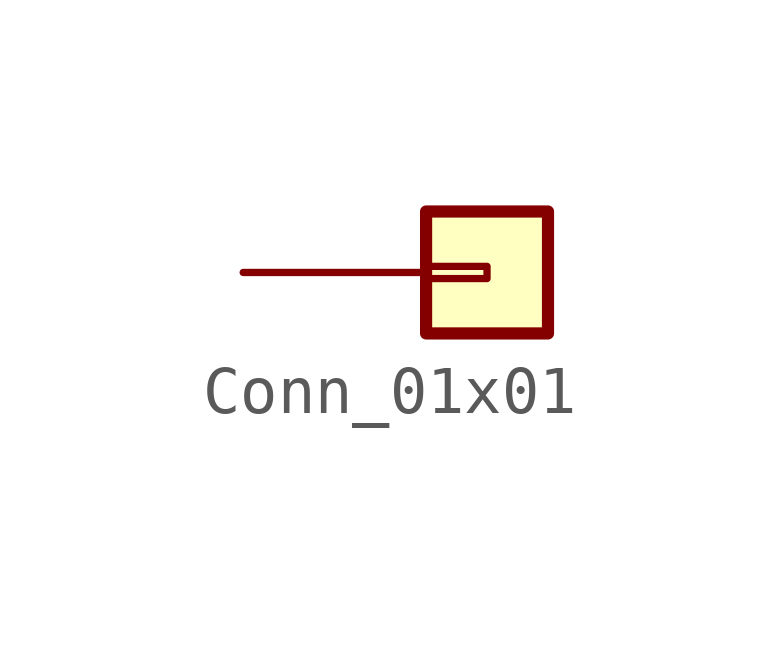
<source format=kicad_sym>
(kicad_symbol_lib
  (version 20211014)
  (generator kicad_symbol_editor)
  (symbol "Conn_01x01"
    (pin_numbers hide)
    (pin_names
      (offset 1.016) hide)
    (property "Reference" "J"
      (at 0 2.54 0)
      (effects (font (size 1.27 1.27)) hide))
    (symbol "Conn_01x01_1_1"
      (rectangle (start -1.27 0.127) (end 0 -0.127) (stroke (width 0.152) (type default) (color 0 0 0 0)) (fill (type none)))
      (rectangle (start -1.27 1.27) (end 1.27 -1.27) (stroke (width 0.254) (type default) (color 0 0 0 0)) (fill (type background)))
      (pin passive line (at -5.08 0 0) (length 3.81) (name "Pin_1" (effects (font (size 1.27 1.27)))) (number "1" (effects (font (size 1.27 1.27))))))))
</source>
